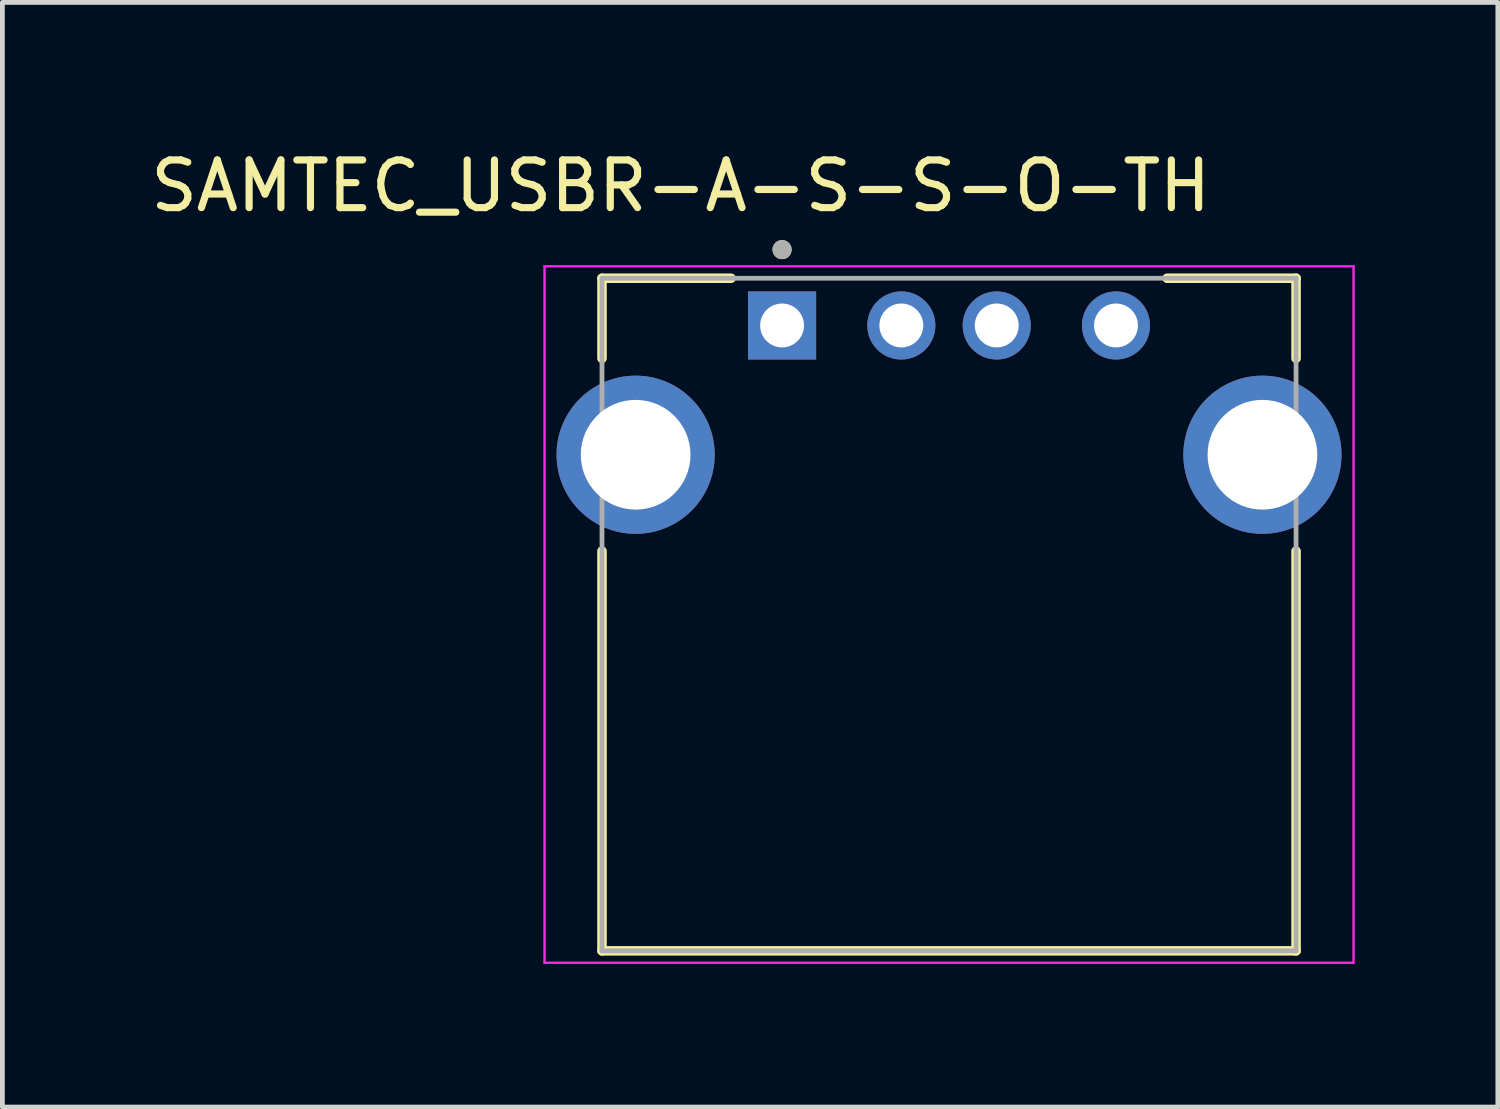
<source format=kicad_pcb>
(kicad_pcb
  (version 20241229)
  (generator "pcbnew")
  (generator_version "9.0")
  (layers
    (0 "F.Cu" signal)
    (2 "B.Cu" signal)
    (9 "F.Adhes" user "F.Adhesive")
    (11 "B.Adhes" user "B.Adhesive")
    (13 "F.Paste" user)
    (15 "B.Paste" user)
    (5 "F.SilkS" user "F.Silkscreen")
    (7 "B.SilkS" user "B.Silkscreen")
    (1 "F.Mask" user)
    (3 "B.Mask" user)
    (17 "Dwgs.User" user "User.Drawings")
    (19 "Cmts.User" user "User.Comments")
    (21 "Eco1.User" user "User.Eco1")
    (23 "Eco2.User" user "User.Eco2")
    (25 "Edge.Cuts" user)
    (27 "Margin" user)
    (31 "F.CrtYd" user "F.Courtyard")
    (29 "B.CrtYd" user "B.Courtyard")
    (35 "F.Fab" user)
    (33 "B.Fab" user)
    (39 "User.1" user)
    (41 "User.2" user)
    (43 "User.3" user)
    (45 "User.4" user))
  (footprint "SAMTEC_USBR-A-S-S-O-TH"
    (layer "F.Cu")
    (at 13.345 3.773)
    (property "Reference" "SAMTEC_USBR-A-S-S-O-TH" (at -2.125 -2.925 0) (layer "F.SilkS") (effects (font (size 1 1) (thickness 0.15))))
    (attr through_hole)
    (fp_line (start -3.775 -0.99) (end -1.07 -0.99) (stroke (width 0.2) (type solid)) (layer "F.SilkS"))
    (fp_line (start -3.775 0.69) (end -3.775 -0.99) (stroke (width 0.2) (type solid)) (layer "F.SilkS"))
    (fp_line (start -3.775 13.11) (end -3.775 4.73) (stroke (width 0.2) (type solid)) (layer "F.SilkS"))
    (fp_line (start 10.775 -0.99) (end 8.07 -0.99) (stroke (width 0.2) (type solid)) (layer "F.SilkS"))
    (fp_line (start 10.775 -0.99) (end 10.775 0.69) (stroke (width 0.2) (type solid)) (layer "F.SilkS"))
    (fp_line (start 10.775 4.73) (end 10.775 13.11) (stroke (width 0.2) (type solid)) (layer "F.SilkS"))
    (fp_line (start 10.775 13.11) (end -3.775 13.11) (stroke (width 0.2) (type solid)) (layer "F.SilkS"))
    (fp_circle (center 0 -1.59) (end 0.1 -1.59) (stroke (width 0.2) (type solid)) (fill no) (layer "F.SilkS"))
    (fp_line (start -4.98 -1.24) (end 11.98 -1.24) (stroke (width 0.05) (type solid)) (layer "F.CrtYd"))
    (fp_line (start -4.98 13.36) (end -4.98 -1.24) (stroke (width 0.05) (type solid)) (layer "F.CrtYd"))
    (fp_line (start 11.98 -1.24) (end 11.98 13.36) (stroke (width 0.05) (type solid)) (layer "F.CrtYd"))
    (fp_line (start 11.98 13.36) (end -4.98 13.36) (stroke (width 0.05) (type solid)) (layer "F.CrtYd"))
    (fp_line (start -3.775 -0.99) (end 10.775 -0.99) (stroke (width 0.1) (type solid)) (layer "F.Fab"))
    (fp_line (start -3.775 13.11) (end -3.775 -0.99) (stroke (width 0.1) (type solid)) (layer "F.Fab"))
    (fp_line (start 10.775 -0.99) (end 10.775 13.11) (stroke (width 0.1) (type solid)) (layer "F.Fab"))
    (fp_line (start 10.775 13.11) (end -3.775 13.11) (stroke (width 0.1) (type solid)) (layer "F.Fab"))
    (fp_circle (center 0 -1.59) (end 0.1 -1.59) (stroke (width 0.2) (type solid)) (fill no) (layer "F.Fab"))
    (pad "01" thru_hole rect (at 0 0) (size 1.428 1.428) (drill 0.92) (layers "*.Cu" "*.Mask"))
    (pad "02" thru_hole circle (at 2.5 0) (size 1.428 1.428) (drill 0.92) (layers "*.Cu" "*.Mask"))
    (pad "03" thru_hole circle (at 4.5 0) (size 1.428 1.428) (drill 0.92) (layers "*.Cu" "*.Mask"))
    (pad "04" thru_hole circle (at 7 0) (size 1.428 1.428) (drill 0.92) (layers "*.Cu" "*.Mask"))
    (pad "S1" thru_hole circle (at -3.07 2.71) (size 3.316 3.316) (drill 2.3) (layers "*.Cu" "*.Mask"))
    (pad "S2" thru_hole circle (at 10.07 2.71) (size 3.316 3.316) (drill 2.3) (layers "*.Cu" "*.Mask")))
  (gr_rect
    (start -3 -3)
    (end 28.35 20.158)
    (stroke (width 0.1) (type default))
    (fill no)
    (layer "Edge.Cuts")))
</source>
